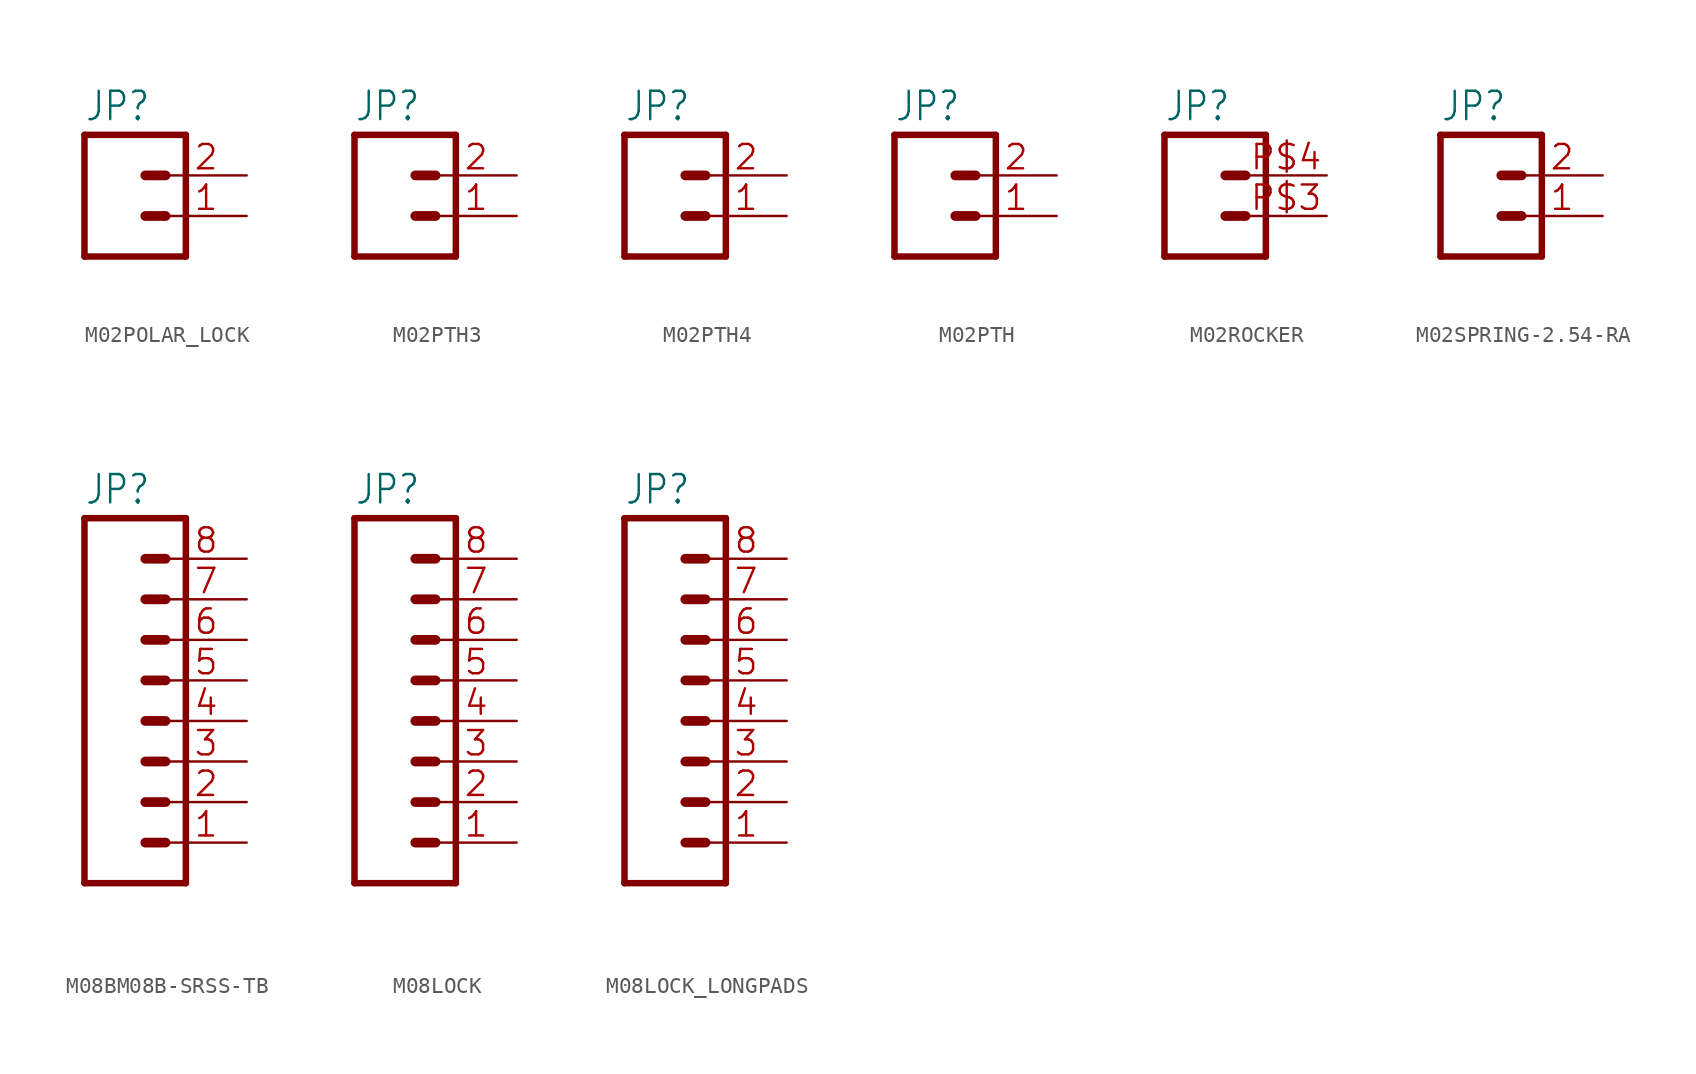
<source format=kicad_sym>
(kicad_symbol_lib
  (version 20241209)
  (generator "kicad_symbol_editor")
  (generator_version "9.0")
  (symbol "M02POLAR_LOCK"
    (property "Reference" "JP"
      (at -2.54 5.842 0)
      (effects (font (size 1.778 1.511)) (justify left bottom)))
    (property "Value" ""
      (at -2.54 -5.08 0)
      (effects (font (size 1.778 1.511)) (justify left bottom)))
    (property "ki_locked" ""
      (at 0 0 0)
      (effects (font (size 1.27 1.27))))
    (symbol "M02POLAR_LOCK_1_0"
      (polyline (pts (xy -2.54 5.08) (xy -2.54 -2.54)) (stroke (width 0.406) (type solid)) (fill (type none)))
      (polyline (pts (xy -2.54 5.08) (xy 3.81 5.08)) (stroke (width 0.406) (type solid)) (fill (type none)))
      (polyline (pts (xy 1.27 2.54) (xy 2.54 2.54)) (stroke (width 0.61) (type solid)) (fill (type none)))
      (polyline (pts (xy 1.27 0) (xy 2.54 0)) (stroke (width 0.61) (type solid)) (fill (type none)))
      (polyline (pts (xy 3.81 -2.54) (xy -2.54 -2.54)) (stroke (width 0.406) (type solid)) (fill (type none)))
      (polyline (pts (xy 3.81 -2.54) (xy 3.81 5.08)) (stroke (width 0.406) (type solid)) (fill (type none)))
      (pin passive line (at 7.62 2.54 180) (length 5.08) (name "2" (effects (font (size 0 0)))) (number "2" (effects (font (size 1.524 1.524)))))
      (pin passive line (at 7.62 0 180) (length 5.08) (name "1" (effects (font (size 0 0)))) (number "1" (effects (font (size 1.524 1.524)))))))
  (symbol "M02PTH3"
    (property "Reference" "JP"
      (at -2.54 5.842 0)
      (effects (font (size 1.778 1.511)) (justify left bottom)))
    (property "Value" ""
      (at -2.54 -5.08 0)
      (effects (font (size 1.778 1.511)) (justify left bottom)))
    (property "ki_locked" ""
      (at 0 0 0)
      (effects (font (size 1.27 1.27))))
    (symbol "M02PTH3_1_0"
      (polyline (pts (xy -2.54 5.08) (xy -2.54 -2.54)) (stroke (width 0.406) (type solid)) (fill (type none)))
      (polyline (pts (xy -2.54 5.08) (xy 3.81 5.08)) (stroke (width 0.406) (type solid)) (fill (type none)))
      (polyline (pts (xy 1.27 2.54) (xy 2.54 2.54)) (stroke (width 0.61) (type solid)) (fill (type none)))
      (polyline (pts (xy 1.27 0) (xy 2.54 0)) (stroke (width 0.61) (type solid)) (fill (type none)))
      (polyline (pts (xy 3.81 -2.54) (xy -2.54 -2.54)) (stroke (width 0.406) (type solid)) (fill (type none)))
      (polyline (pts (xy 3.81 -2.54) (xy 3.81 5.08)) (stroke (width 0.406) (type solid)) (fill (type none)))
      (pin passive line (at 7.62 2.54 180) (length 5.08) (name "2" (effects (font (size 0 0)))) (number "2" (effects (font (size 1.524 1.524)))))
      (pin passive line (at 7.62 0 180) (length 5.08) (name "1" (effects (font (size 0 0)))) (number "1" (effects (font (size 1.524 1.524)))))))
  (symbol "M02PTH4"
    (property "Reference" "JP"
      (at -2.54 5.842 0)
      (effects (font (size 1.778 1.511)) (justify left bottom)))
    (property "Value" ""
      (at -2.54 -5.08 0)
      (effects (font (size 1.778 1.511)) (justify left bottom)))
    (property "ki_locked" ""
      (at 0 0 0)
      (effects (font (size 1.27 1.27))))
    (symbol "M02PTH4_1_0"
      (polyline (pts (xy -2.54 5.08) (xy -2.54 -2.54)) (stroke (width 0.406) (type solid)) (fill (type none)))
      (polyline (pts (xy -2.54 5.08) (xy 3.81 5.08)) (stroke (width 0.406) (type solid)) (fill (type none)))
      (polyline (pts (xy 1.27 2.54) (xy 2.54 2.54)) (stroke (width 0.61) (type solid)) (fill (type none)))
      (polyline (pts (xy 1.27 0) (xy 2.54 0)) (stroke (width 0.61) (type solid)) (fill (type none)))
      (polyline (pts (xy 3.81 -2.54) (xy -2.54 -2.54)) (stroke (width 0.406) (type solid)) (fill (type none)))
      (polyline (pts (xy 3.81 -2.54) (xy 3.81 5.08)) (stroke (width 0.406) (type solid)) (fill (type none)))
      (pin passive line (at 7.62 2.54 180) (length 5.08) (name "2" (effects (font (size 0 0)))) (number "2" (effects (font (size 1.524 1.524)))))
      (pin passive line (at 7.62 0 180) (length 5.08) (name "1" (effects (font (size 0 0)))) (number "1" (effects (font (size 1.524 1.524)))))))
  (symbol "M02PTH"
    (property "Reference" "JP"
      (at -2.54 5.842 0)
      (effects (font (size 1.778 1.511)) (justify left bottom)))
    (property "Value" ""
      (at -2.54 -5.08 0)
      (effects (font (size 1.778 1.511)) (justify left bottom)))
    (property "ki_locked" ""
      (at 0 0 0)
      (effects (font (size 1.27 1.27))))
    (symbol "M02PTH_1_0"
      (polyline (pts (xy -2.54 5.08) (xy -2.54 -2.54)) (stroke (width 0.406) (type solid)) (fill (type none)))
      (polyline (pts (xy -2.54 5.08) (xy 3.81 5.08)) (stroke (width 0.406) (type solid)) (fill (type none)))
      (polyline (pts (xy 1.27 2.54) (xy 2.54 2.54)) (stroke (width 0.61) (type solid)) (fill (type none)))
      (polyline (pts (xy 1.27 0) (xy 2.54 0)) (stroke (width 0.61) (type solid)) (fill (type none)))
      (polyline (pts (xy 3.81 -2.54) (xy -2.54 -2.54)) (stroke (width 0.406) (type solid)) (fill (type none)))
      (polyline (pts (xy 3.81 -2.54) (xy 3.81 5.08)) (stroke (width 0.406) (type solid)) (fill (type none)))
      (pin passive line (at 7.62 2.54 180) (length 5.08) (name "2" (effects (font (size 0 0)))) (number "2" (effects (font (size 1.524 1.524)))))
      (pin passive line (at 7.62 0 180) (length 5.08) (name "1" (effects (font (size 0 0)))) (number "1" (effects (font (size 1.524 1.524)))))))
  (symbol "M02ROCKER"
    (property "Reference" "JP"
      (at -2.54 5.842 0)
      (effects (font (size 1.778 1.511)) (justify left bottom)))
    (property "Value" ""
      (at -2.54 -5.08 0)
      (effects (font (size 1.778 1.511)) (justify left bottom)))
    (property "ki_locked" ""
      (at 0 0 0)
      (effects (font (size 1.27 1.27))))
    (symbol "M02ROCKER_1_0"
      (polyline (pts (xy -2.54 5.08) (xy -2.54 -2.54)) (stroke (width 0.406) (type solid)) (fill (type none)))
      (polyline (pts (xy -2.54 5.08) (xy 3.81 5.08)) (stroke (width 0.406) (type solid)) (fill (type none)))
      (polyline (pts (xy 1.27 2.54) (xy 2.54 2.54)) (stroke (width 0.61) (type solid)) (fill (type none)))
      (polyline (pts (xy 1.27 0) (xy 2.54 0)) (stroke (width 0.61) (type solid)) (fill (type none)))
      (polyline (pts (xy 3.81 -2.54) (xy -2.54 -2.54)) (stroke (width 0.406) (type solid)) (fill (type none)))
      (polyline (pts (xy 3.81 -2.54) (xy 3.81 5.08)) (stroke (width 0.406) (type solid)) (fill (type none)))
      (pin passive line (at 7.62 2.54 180) (length 5.08) (name "2" (effects (font (size 0 0)))) (number "P$4" (effects (font (size 1.524 1.524)))))
      (pin passive line (at 7.62 0 180) (length 5.08) (name "1" (effects (font (size 0 0)))) (number "P$3" (effects (font (size 1.524 1.524)))))))
  (symbol "M02SPRING-2.54-RA"
    (property "Reference" "JP"
      (at -2.54 5.842 0)
      (effects (font (size 1.778 1.511)) (justify left bottom)))
    (property "Value" ""
      (at -2.54 -5.08 0)
      (effects (font (size 1.778 1.511)) (justify left bottom)))
    (property "ki_locked" ""
      (at 0 0 0)
      (effects (font (size 1.27 1.27))))
    (symbol "M02SPRING-2.54-RA_1_0"
      (polyline (pts (xy -2.54 5.08) (xy -2.54 -2.54)) (stroke (width 0.406) (type solid)) (fill (type none)))
      (polyline (pts (xy -2.54 5.08) (xy 3.81 5.08)) (stroke (width 0.406) (type solid)) (fill (type none)))
      (polyline (pts (xy 1.27 2.54) (xy 2.54 2.54)) (stroke (width 0.61) (type solid)) (fill (type none)))
      (polyline (pts (xy 1.27 0) (xy 2.54 0)) (stroke (width 0.61) (type solid)) (fill (type none)))
      (polyline (pts (xy 3.81 -2.54) (xy -2.54 -2.54)) (stroke (width 0.406) (type solid)) (fill (type none)))
      (polyline (pts (xy 3.81 -2.54) (xy 3.81 5.08)) (stroke (width 0.406) (type solid)) (fill (type none)))
      (pin passive line (at 7.62 2.54 180) (length 5.08) (name "2" (effects (font (size 0 0)))) (number "2" (effects (font (size 1.524 1.524)))))
      (pin passive line (at 7.62 0 180) (length 5.08) (name "1" (effects (font (size 0 0)))) (number "1" (effects (font (size 1.524 1.524)))))))
  (symbol "M08BM08B-SRSS-TB"
    (property "Reference" "JP"
      (at -5.08 13.462 0)
      (effects (font (size 1.778 1.511)) (justify left bottom)))
    (property "Value" ""
      (at -5.08 -12.7 0)
      (effects (font (size 1.778 1.511)) (justify left bottom)))
    (property "ki_locked" ""
      (at 0 0 0)
      (effects (font (size 1.27 1.27))))
    (symbol "M08BM08B-SRSS-TB_1_0"
      (polyline (pts (xy -5.08 12.7) (xy -5.08 -10.16)) (stroke (width 0.406) (type solid)) (fill (type none)))
      (polyline (pts (xy -5.08 12.7) (xy 1.27 12.7)) (stroke (width 0.406) (type solid)) (fill (type none)))
      (polyline (pts (xy -1.27 10.16) (xy 0 10.16)) (stroke (width 0.61) (type solid)) (fill (type none)))
      (polyline (pts (xy -1.27 7.62) (xy 0 7.62)) (stroke (width 0.61) (type solid)) (fill (type none)))
      (polyline (pts (xy -1.27 5.08) (xy 0 5.08)) (stroke (width 0.61) (type solid)) (fill (type none)))
      (polyline (pts (xy -1.27 2.54) (xy 0 2.54)) (stroke (width 0.61) (type solid)) (fill (type none)))
      (polyline (pts (xy -1.27 0) (xy 0 0)) (stroke (width 0.61) (type solid)) (fill (type none)))
      (polyline (pts (xy -1.27 -2.54) (xy 0 -2.54)) (stroke (width 0.61) (type solid)) (fill (type none)))
      (polyline (pts (xy -1.27 -5.08) (xy 0 -5.08)) (stroke (width 0.61) (type solid)) (fill (type none)))
      (polyline (pts (xy -1.27 -7.62) (xy 0 -7.62)) (stroke (width 0.61) (type solid)) (fill (type none)))
      (polyline (pts (xy 1.27 -10.16) (xy -5.08 -10.16)) (stroke (width 0.406) (type solid)) (fill (type none)))
      (polyline (pts (xy 1.27 -10.16) (xy 1.27 12.7)) (stroke (width 0.406) (type solid)) (fill (type none)))
      (pin passive line (at 5.08 10.16 180) (length 5.08) (name "8" (effects (font (size 0 0)))) (number "8" (effects (font (size 1.524 1.524)))))
      (pin passive line (at 5.08 7.62 180) (length 5.08) (name "7" (effects (font (size 0 0)))) (number "7" (effects (font (size 1.524 1.524)))))
      (pin passive line (at 5.08 5.08 180) (length 5.08) (name "6" (effects (font (size 0 0)))) (number "6" (effects (font (size 1.524 1.524)))))
      (pin passive line (at 5.08 2.54 180) (length 5.08) (name "5" (effects (font (size 0 0)))) (number "5" (effects (font (size 1.524 1.524)))))
      (pin passive line (at 5.08 0 180) (length 5.08) (name "4" (effects (font (size 0 0)))) (number "4" (effects (font (size 1.524 1.524)))))
      (pin passive line (at 5.08 -2.54 180) (length 5.08) (name "3" (effects (font (size 0 0)))) (number "3" (effects (font (size 1.524 1.524)))))
      (pin passive line (at 5.08 -5.08 180) (length 5.08) (name "2" (effects (font (size 0 0)))) (number "2" (effects (font (size 1.524 1.524)))))
      (pin passive line (at 5.08 -7.62 180) (length 5.08) (name "1" (effects (font (size 0 0)))) (number "1" (effects (font (size 1.524 1.524)))))))
  (symbol "M08LOCK"
    (property "Reference" "JP"
      (at -5.08 13.462 0)
      (effects (font (size 1.778 1.511)) (justify left bottom)))
    (property "Value" ""
      (at -5.08 -12.7 0)
      (effects (font (size 1.778 1.511)) (justify left bottom)))
    (property "ki_locked" ""
      (at 0 0 0)
      (effects (font (size 1.27 1.27))))
    (symbol "M08LOCK_1_0"
      (polyline (pts (xy -5.08 12.7) (xy -5.08 -10.16)) (stroke (width 0.406) (type solid)) (fill (type none)))
      (polyline (pts (xy -5.08 12.7) (xy 1.27 12.7)) (stroke (width 0.406) (type solid)) (fill (type none)))
      (polyline (pts (xy -1.27 10.16) (xy 0 10.16)) (stroke (width 0.61) (type solid)) (fill (type none)))
      (polyline (pts (xy -1.27 7.62) (xy 0 7.62)) (stroke (width 0.61) (type solid)) (fill (type none)))
      (polyline (pts (xy -1.27 5.08) (xy 0 5.08)) (stroke (width 0.61) (type solid)) (fill (type none)))
      (polyline (pts (xy -1.27 2.54) (xy 0 2.54)) (stroke (width 0.61) (type solid)) (fill (type none)))
      (polyline (pts (xy -1.27 0) (xy 0 0)) (stroke (width 0.61) (type solid)) (fill (type none)))
      (polyline (pts (xy -1.27 -2.54) (xy 0 -2.54)) (stroke (width 0.61) (type solid)) (fill (type none)))
      (polyline (pts (xy -1.27 -5.08) (xy 0 -5.08)) (stroke (width 0.61) (type solid)) (fill (type none)))
      (polyline (pts (xy -1.27 -7.62) (xy 0 -7.62)) (stroke (width 0.61) (type solid)) (fill (type none)))
      (polyline (pts (xy 1.27 -10.16) (xy -5.08 -10.16)) (stroke (width 0.406) (type solid)) (fill (type none)))
      (polyline (pts (xy 1.27 -10.16) (xy 1.27 12.7)) (stroke (width 0.406) (type solid)) (fill (type none)))
      (pin passive line (at 5.08 10.16 180) (length 5.08) (name "8" (effects (font (size 0 0)))) (number "8" (effects (font (size 1.524 1.524)))))
      (pin passive line (at 5.08 7.62 180) (length 5.08) (name "7" (effects (font (size 0 0)))) (number "7" (effects (font (size 1.524 1.524)))))
      (pin passive line (at 5.08 5.08 180) (length 5.08) (name "6" (effects (font (size 0 0)))) (number "6" (effects (font (size 1.524 1.524)))))
      (pin passive line (at 5.08 2.54 180) (length 5.08) (name "5" (effects (font (size 0 0)))) (number "5" (effects (font (size 1.524 1.524)))))
      (pin passive line (at 5.08 0 180) (length 5.08) (name "4" (effects (font (size 0 0)))) (number "4" (effects (font (size 1.524 1.524)))))
      (pin passive line (at 5.08 -2.54 180) (length 5.08) (name "3" (effects (font (size 0 0)))) (number "3" (effects (font (size 1.524 1.524)))))
      (pin passive line (at 5.08 -5.08 180) (length 5.08) (name "2" (effects (font (size 0 0)))) (number "2" (effects (font (size 1.524 1.524)))))
      (pin passive line (at 5.08 -7.62 180) (length 5.08) (name "1" (effects (font (size 0 0)))) (number "1" (effects (font (size 1.524 1.524)))))))
  (symbol "M08LOCK_LONGPADS"
    (property "Reference" "JP"
      (at -5.08 13.462 0)
      (effects (font (size 1.778 1.511)) (justify left bottom)))
    (property "Value" ""
      (at -5.08 -12.7 0)
      (effects (font (size 1.778 1.511)) (justify left bottom)))
    (property "ki_locked" ""
      (at 0 0 0)
      (effects (font (size 1.27 1.27))))
    (symbol "M08LOCK_LONGPADS_1_0"
      (polyline (pts (xy -5.08 12.7) (xy -5.08 -10.16)) (stroke (width 0.406) (type solid)) (fill (type none)))
      (polyline (pts (xy -5.08 12.7) (xy 1.27 12.7)) (stroke (width 0.406) (type solid)) (fill (type none)))
      (polyline (pts (xy -1.27 10.16) (xy 0 10.16)) (stroke (width 0.61) (type solid)) (fill (type none)))
      (polyline (pts (xy -1.27 7.62) (xy 0 7.62)) (stroke (width 0.61) (type solid)) (fill (type none)))
      (polyline (pts (xy -1.27 5.08) (xy 0 5.08)) (stroke (width 0.61) (type solid)) (fill (type none)))
      (polyline (pts (xy -1.27 2.54) (xy 0 2.54)) (stroke (width 0.61) (type solid)) (fill (type none)))
      (polyline (pts (xy -1.27 0) (xy 0 0)) (stroke (width 0.61) (type solid)) (fill (type none)))
      (polyline (pts (xy -1.27 -2.54) (xy 0 -2.54)) (stroke (width 0.61) (type solid)) (fill (type none)))
      (polyline (pts (xy -1.27 -5.08) (xy 0 -5.08)) (stroke (width 0.61) (type solid)) (fill (type none)))
      (polyline (pts (xy -1.27 -7.62) (xy 0 -7.62)) (stroke (width 0.61) (type solid)) (fill (type none)))
      (polyline (pts (xy 1.27 -10.16) (xy -5.08 -10.16)) (stroke (width 0.406) (type solid)) (fill (type none)))
      (polyline (pts (xy 1.27 -10.16) (xy 1.27 12.7)) (stroke (width 0.406) (type solid)) (fill (type none)))
      (pin passive line (at 5.08 10.16 180) (length 5.08) (name "8" (effects (font (size 0 0)))) (number "8" (effects (font (size 1.524 1.524)))))
      (pin passive line (at 5.08 7.62 180) (length 5.08) (name "7" (effects (font (size 0 0)))) (number "7" (effects (font (size 1.524 1.524)))))
      (pin passive line (at 5.08 5.08 180) (length 5.08) (name "6" (effects (font (size 0 0)))) (number "6" (effects (font (size 1.524 1.524)))))
      (pin passive line (at 5.08 2.54 180) (length 5.08) (name "5" (effects (font (size 0 0)))) (number "5" (effects (font (size 1.524 1.524)))))
      (pin passive line (at 5.08 0 180) (length 5.08) (name "4" (effects (font (size 0 0)))) (number "4" (effects (font (size 1.524 1.524)))))
      (pin passive line (at 5.08 -2.54 180) (length 5.08) (name "3" (effects (font (size 0 0)))) (number "3" (effects (font (size 1.524 1.524)))))
      (pin passive line (at 5.08 -5.08 180) (length 5.08) (name "2" (effects (font (size 0 0)))) (number "2" (effects (font (size 1.524 1.524)))))
      (pin passive line (at 5.08 -7.62 180) (length 5.08) (name "1" (effects (font (size 0 0)))) (number "1" (effects (font (size 1.524 1.524))))))))
</source>
